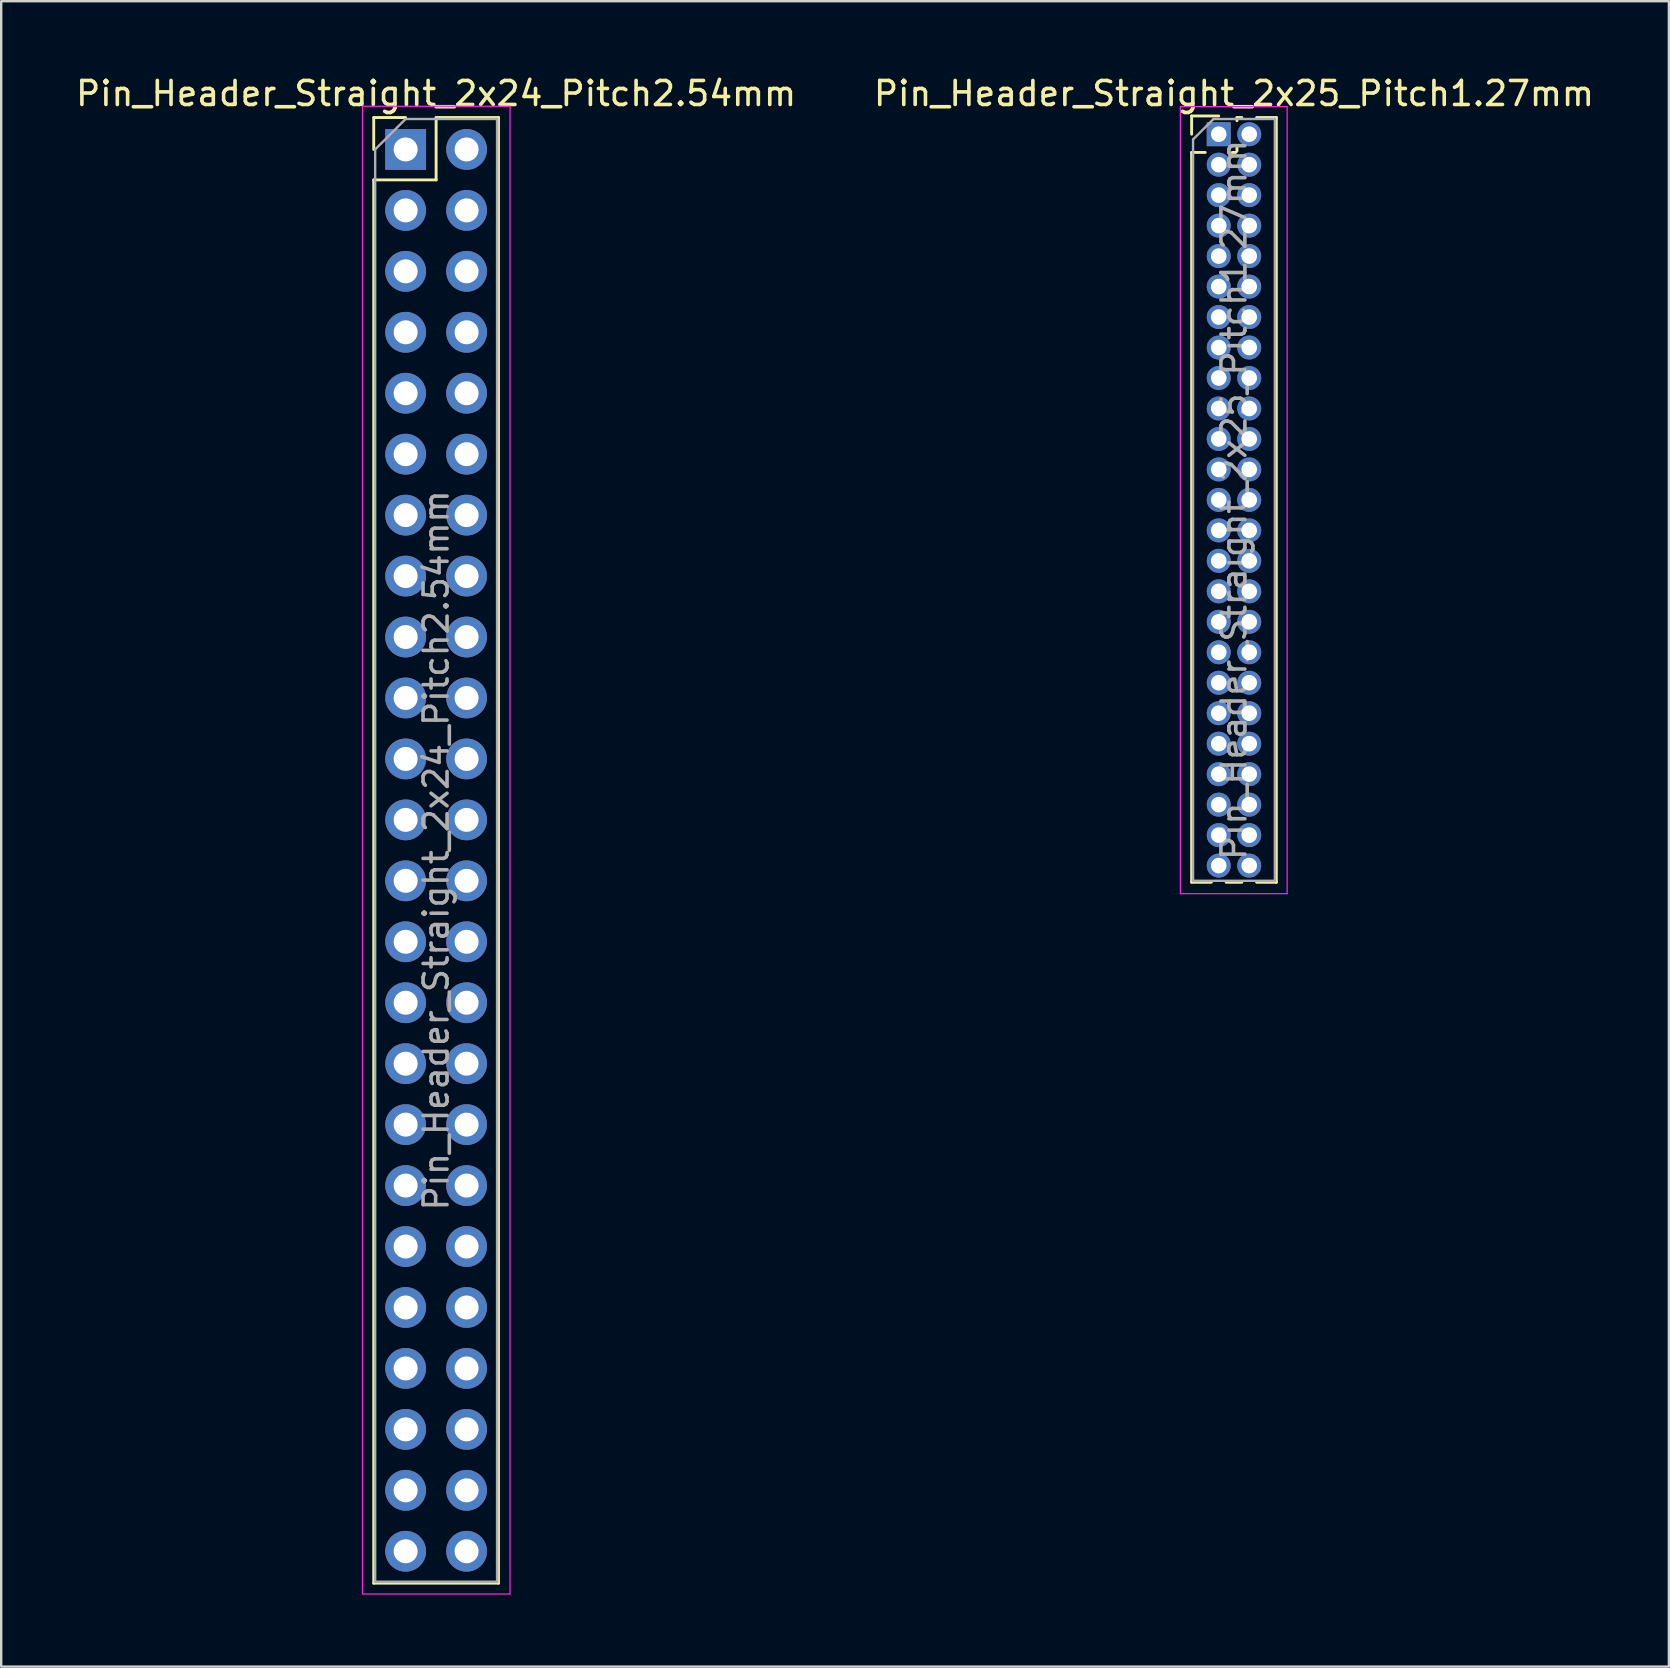
<source format=kicad_pcb>
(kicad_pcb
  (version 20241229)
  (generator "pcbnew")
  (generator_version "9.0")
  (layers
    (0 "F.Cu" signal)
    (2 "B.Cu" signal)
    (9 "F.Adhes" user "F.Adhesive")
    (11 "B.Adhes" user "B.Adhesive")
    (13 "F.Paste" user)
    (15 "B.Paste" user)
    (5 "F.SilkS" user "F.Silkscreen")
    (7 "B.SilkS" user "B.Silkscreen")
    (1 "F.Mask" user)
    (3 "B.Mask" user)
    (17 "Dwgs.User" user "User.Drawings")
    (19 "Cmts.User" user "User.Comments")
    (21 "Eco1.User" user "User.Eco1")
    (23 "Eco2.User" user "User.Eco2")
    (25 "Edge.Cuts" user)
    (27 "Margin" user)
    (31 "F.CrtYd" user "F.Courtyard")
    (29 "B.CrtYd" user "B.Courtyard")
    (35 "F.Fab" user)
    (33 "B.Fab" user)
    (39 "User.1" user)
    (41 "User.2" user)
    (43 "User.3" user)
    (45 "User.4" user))
  (footprint "Pin_Header_Straight_2x24_Pitch2.54mm"
    (layer "F.Cu")
    (at 13.855 3.178)
    (property "Reference" "Pin_Header_Straight_2x24_Pitch2.54mm" (at 1.27 -2.33 0) (layer "F.SilkS") (effects (font (size 1 1) (thickness 0.15))))
    (attr through_hole)
    (fp_line (start -1.33 -1.33) (end 0 -1.33) (stroke (width 0.12) (type solid)) (layer "F.SilkS"))
    (fp_line (start -1.33 0) (end -1.33 -1.33) (stroke (width 0.12) (type solid)) (layer "F.SilkS"))
    (fp_line (start -1.33 1.27) (end -1.33 59.75) (stroke (width 0.12) (type solid)) (layer "F.SilkS"))
    (fp_line (start -1.33 1.27) (end 1.27 1.27) (stroke (width 0.12) (type solid)) (layer "F.SilkS"))
    (fp_line (start -1.33 59.75) (end 3.87 59.75) (stroke (width 0.12) (type solid)) (layer "F.SilkS"))
    (fp_line (start 1.27 -1.33) (end 3.87 -1.33) (stroke (width 0.12) (type solid)) (layer "F.SilkS"))
    (fp_line (start 1.27 1.27) (end 1.27 -1.33) (stroke (width 0.12) (type solid)) (layer "F.SilkS"))
    (fp_line (start 3.87 -1.33) (end 3.87 59.75) (stroke (width 0.12) (type solid)) (layer "F.SilkS"))
    (fp_line (start -1.8 -1.8) (end -1.8 60.2) (stroke (width 0.05) (type solid)) (layer "F.CrtYd"))
    (fp_line (start -1.8 60.2) (end 4.35 60.2) (stroke (width 0.05) (type solid)) (layer "F.CrtYd"))
    (fp_line (start 4.35 -1.8) (end -1.8 -1.8) (stroke (width 0.05) (type solid)) (layer "F.CrtYd"))
    (fp_line (start 4.35 60.2) (end 4.35 -1.8) (stroke (width 0.05) (type solid)) (layer "F.CrtYd"))
    (fp_line (start -1.27 0) (end 0 -1.27) (stroke (width 0.1) (type solid)) (layer "F.Fab"))
    (fp_line (start -1.27 59.69) (end -1.27 0) (stroke (width 0.1) (type solid)) (layer "F.Fab"))
    (fp_line (start 0 -1.27) (end 3.81 -1.27) (stroke (width 0.1) (type solid)) (layer "F.Fab"))
    (fp_line (start 3.81 -1.27) (end 3.81 59.69) (stroke (width 0.1) (type solid)) (layer "F.Fab"))
    (fp_line (start 3.81 59.69) (end -1.27 59.69) (stroke (width 0.1) (type solid)) (layer "F.Fab"))
    (fp_text user "${REFERENCE}" (at 1.27 29.21 90) (layer "F.Fab") (effects (font (size 1 1) (thickness 0.15))))
    (pad "1" thru_hole rect (at 0 0) (size 1.7 1.7) (drill 1) (layers "*.Cu" "*.Mask"))
    (pad "2" thru_hole oval (at 2.54 0) (size 1.7 1.7) (drill 1) (layers "*.Cu" "*.Mask"))
    (pad "3" thru_hole oval (at 0 2.54) (size 1.7 1.7) (drill 1) (layers "*.Cu" "*.Mask"))
    (pad "4" thru_hole oval (at 2.54 2.54) (size 1.7 1.7) (drill 1) (layers "*.Cu" "*.Mask"))
    (pad "5" thru_hole oval (at 0 5.08) (size 1.7 1.7) (drill 1) (layers "*.Cu" "*.Mask"))
    (pad "6" thru_hole oval (at 2.54 5.08) (size 1.7 1.7) (drill 1) (layers "*.Cu" "*.Mask"))
    (pad "7" thru_hole oval (at 0 7.62) (size 1.7 1.7) (drill 1) (layers "*.Cu" "*.Mask"))
    (pad "8" thru_hole oval (at 2.54 7.62) (size 1.7 1.7) (drill 1) (layers "*.Cu" "*.Mask"))
    (pad "9" thru_hole oval (at 0 10.16) (size 1.7 1.7) (drill 1) (layers "*.Cu" "*.Mask"))
    (pad "10" thru_hole oval (at 2.54 10.16) (size 1.7 1.7) (drill 1) (layers "*.Cu" "*.Mask"))
    (pad "11" thru_hole oval (at 0 12.7) (size 1.7 1.7) (drill 1) (layers "*.Cu" "*.Mask"))
    (pad "12" thru_hole oval (at 2.54 12.7) (size 1.7 1.7) (drill 1) (layers "*.Cu" "*.Mask"))
    (pad "13" thru_hole oval (at 0 15.24) (size 1.7 1.7) (drill 1) (layers "*.Cu" "*.Mask"))
    (pad "14" thru_hole oval (at 2.54 15.24) (size 1.7 1.7) (drill 1) (layers "*.Cu" "*.Mask"))
    (pad "15" thru_hole oval (at 0 17.78) (size 1.7 1.7) (drill 1) (layers "*.Cu" "*.Mask"))
    (pad "16" thru_hole oval (at 2.54 17.78) (size 1.7 1.7) (drill 1) (layers "*.Cu" "*.Mask"))
    (pad "17" thru_hole oval (at 0 20.32) (size 1.7 1.7) (drill 1) (layers "*.Cu" "*.Mask"))
    (pad "18" thru_hole oval (at 2.54 20.32) (size 1.7 1.7) (drill 1) (layers "*.Cu" "*.Mask"))
    (pad "19" thru_hole oval (at 0 22.86) (size 1.7 1.7) (drill 1) (layers "*.Cu" "*.Mask"))
    (pad "20" thru_hole oval (at 2.54 22.86) (size 1.7 1.7) (drill 1) (layers "*.Cu" "*.Mask"))
    (pad "21" thru_hole oval (at 0 25.4) (size 1.7 1.7) (drill 1) (layers "*.Cu" "*.Mask"))
    (pad "22" thru_hole oval (at 2.54 25.4) (size 1.7 1.7) (drill 1) (layers "*.Cu" "*.Mask"))
    (pad "23" thru_hole oval (at 0 27.94) (size 1.7 1.7) (drill 1) (layers "*.Cu" "*.Mask"))
    (pad "24" thru_hole oval (at 2.54 27.94) (size 1.7 1.7) (drill 1) (layers "*.Cu" "*.Mask"))
    (pad "25" thru_hole oval (at 0 30.48) (size 1.7 1.7) (drill 1) (layers "*.Cu" "*.Mask"))
    (pad "26" thru_hole oval (at 2.54 30.48) (size 1.7 1.7) (drill 1) (layers "*.Cu" "*.Mask"))
    (pad "27" thru_hole oval (at 0 33.02) (size 1.7 1.7) (drill 1) (layers "*.Cu" "*.Mask"))
    (pad "28" thru_hole oval (at 2.54 33.02) (size 1.7 1.7) (drill 1) (layers "*.Cu" "*.Mask"))
    (pad "29" thru_hole oval (at 0 35.56) (size 1.7 1.7) (drill 1) (layers "*.Cu" "*.Mask"))
    (pad "30" thru_hole oval (at 2.54 35.56) (size 1.7 1.7) (drill 1) (layers "*.Cu" "*.Mask"))
    (pad "31" thru_hole oval (at 0 38.1) (size 1.7 1.7) (drill 1) (layers "*.Cu" "*.Mask"))
    (pad "32" thru_hole oval (at 2.54 38.1) (size 1.7 1.7) (drill 1) (layers "*.Cu" "*.Mask"))
    (pad "33" thru_hole oval (at 0 40.64) (size 1.7 1.7) (drill 1) (layers "*.Cu" "*.Mask"))
    (pad "34" thru_hole oval (at 2.54 40.64) (size 1.7 1.7) (drill 1) (layers "*.Cu" "*.Mask"))
    (pad "35" thru_hole oval (at 0 43.18) (size 1.7 1.7) (drill 1) (layers "*.Cu" "*.Mask"))
    (pad "36" thru_hole oval (at 2.54 43.18) (size 1.7 1.7) (drill 1) (layers "*.Cu" "*.Mask"))
    (pad "37" thru_hole oval (at 0 45.72) (size 1.7 1.7) (drill 1) (layers "*.Cu" "*.Mask"))
    (pad "38" thru_hole oval (at 2.54 45.72) (size 1.7 1.7) (drill 1) (layers "*.Cu" "*.Mask"))
    (pad "39" thru_hole oval (at 0 48.26) (size 1.7 1.7) (drill 1) (layers "*.Cu" "*.Mask"))
    (pad "40" thru_hole oval (at 2.54 48.26) (size 1.7 1.7) (drill 1) (layers "*.Cu" "*.Mask"))
    (pad "41" thru_hole oval (at 0 50.8) (size 1.7 1.7) (drill 1) (layers "*.Cu" "*.Mask"))
    (pad "42" thru_hole oval (at 2.54 50.8) (size 1.7 1.7) (drill 1) (layers "*.Cu" "*.Mask"))
    (pad "43" thru_hole oval (at 0 53.34) (size 1.7 1.7) (drill 1) (layers "*.Cu" "*.Mask"))
    (pad "44" thru_hole oval (at 2.54 53.34) (size 1.7 1.7) (drill 1) (layers "*.Cu" "*.Mask"))
    (pad "45" thru_hole oval (at 0 55.88) (size 1.7 1.7) (drill 1) (layers "*.Cu" "*.Mask"))
    (pad "46" thru_hole oval (at 2.54 55.88) (size 1.7 1.7) (drill 1) (layers "*.Cu" "*.Mask"))
    (pad "47" thru_hole oval (at 0 58.42) (size 1.7 1.7) (drill 1) (layers "*.Cu" "*.Mask"))
    (pad "48" thru_hole oval (at 2.54 58.42) (size 1.7 1.7) (drill 1) (layers "*.Cu" "*.Mask")))
  (footprint "Pin_Header_Straight_2x25_Pitch1.27mm"
    (layer "F.Cu")
    (at 47.74 2.543)
    (property "Reference" "Pin_Header_Straight_2x25_Pitch1.27mm" (at 0.635 -1.695 0) (layer "F.SilkS") (effects (font (size 1 1) (thickness 0.15))))
    (attr through_hole)
    (fp_line (start -1.13 -0.76) (end 0 -0.76) (stroke (width 0.12) (type solid)) (layer "F.SilkS"))
    (fp_line (start -1.13 0) (end -1.13 -0.76) (stroke (width 0.12) (type solid)) (layer "F.SilkS"))
    (fp_line (start -1.13 0.76) (end -1.13 31.175) (stroke (width 0.12) (type solid)) (layer "F.SilkS"))
    (fp_line (start -1.13 0.76) (end -0.563 0.76) (stroke (width 0.12) (type solid)) (layer "F.SilkS"))
    (fp_line (start -1.13 31.175) (end -0.308 31.175) (stroke (width 0.12) (type solid)) (layer "F.SilkS"))
    (fp_line (start 0.308 31.175) (end 0.962 31.175) (stroke (width 0.12) (type solid)) (layer "F.SilkS"))
    (fp_line (start 0.563 0.76) (end 0.707 0.76) (stroke (width 0.12) (type solid)) (layer "F.SilkS"))
    (fp_line (start 0.76 -0.695) (end 0.962 -0.695) (stroke (width 0.12) (type solid)) (layer "F.SilkS"))
    (fp_line (start 0.76 -0.563) (end 0.76 -0.695) (stroke (width 0.12) (type solid)) (layer "F.SilkS"))
    (fp_line (start 0.76 0.707) (end 0.76 0.563) (stroke (width 0.12) (type solid)) (layer "F.SilkS"))
    (fp_line (start 1.578 -0.695) (end 2.4 -0.695) (stroke (width 0.12) (type solid)) (layer "F.SilkS"))
    (fp_line (start 1.578 31.175) (end 2.4 31.175) (stroke (width 0.12) (type solid)) (layer "F.SilkS"))
    (fp_line (start 2.4 -0.695) (end 2.4 31.175) (stroke (width 0.12) (type solid)) (layer "F.SilkS"))
    (fp_line (start -1.6 -1.15) (end -1.6 31.65) (stroke (width 0.05) (type solid)) (layer "F.CrtYd"))
    (fp_line (start -1.6 31.65) (end 2.85 31.65) (stroke (width 0.05) (type solid)) (layer "F.CrtYd"))
    (fp_line (start 2.85 -1.15) (end -1.6 -1.15) (stroke (width 0.05) (type solid)) (layer "F.CrtYd"))
    (fp_line (start 2.85 31.65) (end 2.85 -1.15) (stroke (width 0.05) (type solid)) (layer "F.CrtYd"))
    (fp_line (start -1.07 0.217) (end -0.217 -0.635) (stroke (width 0.1) (type solid)) (layer "F.Fab"))
    (fp_line (start -1.07 31.115) (end -1.07 0.217) (stroke (width 0.1) (type solid)) (layer "F.Fab"))
    (fp_line (start -0.217 -0.635) (end 2.34 -0.635) (stroke (width 0.1) (type solid)) (layer "F.Fab"))
    (fp_line (start 2.34 -0.635) (end 2.34 31.115) (stroke (width 0.1) (type solid)) (layer "F.Fab"))
    (fp_line (start 2.34 31.115) (end -1.07 31.115) (stroke (width 0.1) (type solid)) (layer "F.Fab"))
    (fp_text user "${REFERENCE}" (at 0.635 15.24 90) (layer "F.Fab") (effects (font (size 1 1) (thickness 0.15))))
    (pad "1" thru_hole rect (at 0 0) (size 1 1) (drill 0.65) (layers "*.Cu" "*.Mask"))
    (pad "2" thru_hole oval (at 1.27 0) (size 1 1) (drill 0.65) (layers "*.Cu" "*.Mask"))
    (pad "3" thru_hole oval (at 0 1.27) (size 1 1) (drill 0.65) (layers "*.Cu" "*.Mask"))
    (pad "4" thru_hole oval (at 1.27 1.27) (size 1 1) (drill 0.65) (layers "*.Cu" "*.Mask"))
    (pad "5" thru_hole oval (at 0 2.54) (size 1 1) (drill 0.65) (layers "*.Cu" "*.Mask"))
    (pad "6" thru_hole oval (at 1.27 2.54) (size 1 1) (drill 0.65) (layers "*.Cu" "*.Mask"))
    (pad "7" thru_hole oval (at 0 3.81) (size 1 1) (drill 0.65) (layers "*.Cu" "*.Mask"))
    (pad "8" thru_hole oval (at 1.27 3.81) (size 1 1) (drill 0.65) (layers "*.Cu" "*.Mask"))
    (pad "9" thru_hole oval (at 0 5.08) (size 1 1) (drill 0.65) (layers "*.Cu" "*.Mask"))
    (pad "10" thru_hole oval (at 1.27 5.08) (size 1 1) (drill 0.65) (layers "*.Cu" "*.Mask"))
    (pad "11" thru_hole oval (at 0 6.35) (size 1 1) (drill 0.65) (layers "*.Cu" "*.Mask"))
    (pad "12" thru_hole oval (at 1.27 6.35) (size 1 1) (drill 0.65) (layers "*.Cu" "*.Mask"))
    (pad "13" thru_hole oval (at 0 7.62) (size 1 1) (drill 0.65) (layers "*.Cu" "*.Mask"))
    (pad "14" thru_hole oval (at 1.27 7.62) (size 1 1) (drill 0.65) (layers "*.Cu" "*.Mask"))
    (pad "15" thru_hole oval (at 0 8.89) (size 1 1) (drill 0.65) (layers "*.Cu" "*.Mask"))
    (pad "16" thru_hole oval (at 1.27 8.89) (size 1 1) (drill 0.65) (layers "*.Cu" "*.Mask"))
    (pad "17" thru_hole oval (at 0 10.16) (size 1 1) (drill 0.65) (layers "*.Cu" "*.Mask"))
    (pad "18" thru_hole oval (at 1.27 10.16) (size 1 1) (drill 0.65) (layers "*.Cu" "*.Mask"))
    (pad "19" thru_hole oval (at 0 11.43) (size 1 1) (drill 0.65) (layers "*.Cu" "*.Mask"))
    (pad "20" thru_hole oval (at 1.27 11.43) (size 1 1) (drill 0.65) (layers "*.Cu" "*.Mask"))
    (pad "21" thru_hole oval (at 0 12.7) (size 1 1) (drill 0.65) (layers "*.Cu" "*.Mask"))
    (pad "22" thru_hole oval (at 1.27 12.7) (size 1 1) (drill 0.65) (layers "*.Cu" "*.Mask"))
    (pad "23" thru_hole oval (at 0 13.97) (size 1 1) (drill 0.65) (layers "*.Cu" "*.Mask"))
    (pad "24" thru_hole oval (at 1.27 13.97) (size 1 1) (drill 0.65) (layers "*.Cu" "*.Mask"))
    (pad "25" thru_hole oval (at 0 15.24) (size 1 1) (drill 0.65) (layers "*.Cu" "*.Mask"))
    (pad "26" thru_hole oval (at 1.27 15.24) (size 1 1) (drill 0.65) (layers "*.Cu" "*.Mask"))
    (pad "27" thru_hole oval (at 0 16.51) (size 1 1) (drill 0.65) (layers "*.Cu" "*.Mask"))
    (pad "28" thru_hole oval (at 1.27 16.51) (size 1 1) (drill 0.65) (layers "*.Cu" "*.Mask"))
    (pad "29" thru_hole oval (at 0 17.78) (size 1 1) (drill 0.65) (layers "*.Cu" "*.Mask"))
    (pad "30" thru_hole oval (at 1.27 17.78) (size 1 1) (drill 0.65) (layers "*.Cu" "*.Mask"))
    (pad "31" thru_hole oval (at 0 19.05) (size 1 1) (drill 0.65) (layers "*.Cu" "*.Mask"))
    (pad "32" thru_hole oval (at 1.27 19.05) (size 1 1) (drill 0.65) (layers "*.Cu" "*.Mask"))
    (pad "33" thru_hole oval (at 0 20.32) (size 1 1) (drill 0.65) (layers "*.Cu" "*.Mask"))
    (pad "34" thru_hole oval (at 1.27 20.32) (size 1 1) (drill 0.65) (layers "*.Cu" "*.Mask"))
    (pad "35" thru_hole oval (at 0 21.59) (size 1 1) (drill 0.65) (layers "*.Cu" "*.Mask"))
    (pad "36" thru_hole oval (at 1.27 21.59) (size 1 1) (drill 0.65) (layers "*.Cu" "*.Mask"))
    (pad "37" thru_hole oval (at 0 22.86) (size 1 1) (drill 0.65) (layers "*.Cu" "*.Mask"))
    (pad "38" thru_hole oval (at 1.27 22.86) (size 1 1) (drill 0.65) (layers "*.Cu" "*.Mask"))
    (pad "39" thru_hole oval (at 0 24.13) (size 1 1) (drill 0.65) (layers "*.Cu" "*.Mask"))
    (pad "40" thru_hole oval (at 1.27 24.13) (size 1 1) (drill 0.65) (layers "*.Cu" "*.Mask"))
    (pad "41" thru_hole oval (at 0 25.4) (size 1 1) (drill 0.65) (layers "*.Cu" "*.Mask"))
    (pad "42" thru_hole oval (at 1.27 25.4) (size 1 1) (drill 0.65) (layers "*.Cu" "*.Mask"))
    (pad "43" thru_hole oval (at 0 26.67) (size 1 1) (drill 0.65) (layers "*.Cu" "*.Mask"))
    (pad "44" thru_hole oval (at 1.27 26.67) (size 1 1) (drill 0.65) (layers "*.Cu" "*.Mask"))
    (pad "45" thru_hole oval (at 0 27.94) (size 1 1) (drill 0.65) (layers "*.Cu" "*.Mask"))
    (pad "46" thru_hole oval (at 1.27 27.94) (size 1 1) (drill 0.65) (layers "*.Cu" "*.Mask"))
    (pad "47" thru_hole oval (at 0 29.21) (size 1 1) (drill 0.65) (layers "*.Cu" "*.Mask"))
    (pad "48" thru_hole oval (at 1.27 29.21) (size 1 1) (drill 0.65) (layers "*.Cu" "*.Mask"))
    (pad "49" thru_hole oval (at 0 30.48) (size 1 1) (drill 0.65) (layers "*.Cu" "*.Mask"))
    (pad "50" thru_hole oval (at 1.27 30.48) (size 1 1) (drill 0.65) (layers "*.Cu" "*.Mask")))
  (gr_rect
    (start -3 -3)
    (end 66.5 66.403)
    (stroke (width 0.1) (type default))
    (fill no)
    (layer "Edge.Cuts")))
</source>
